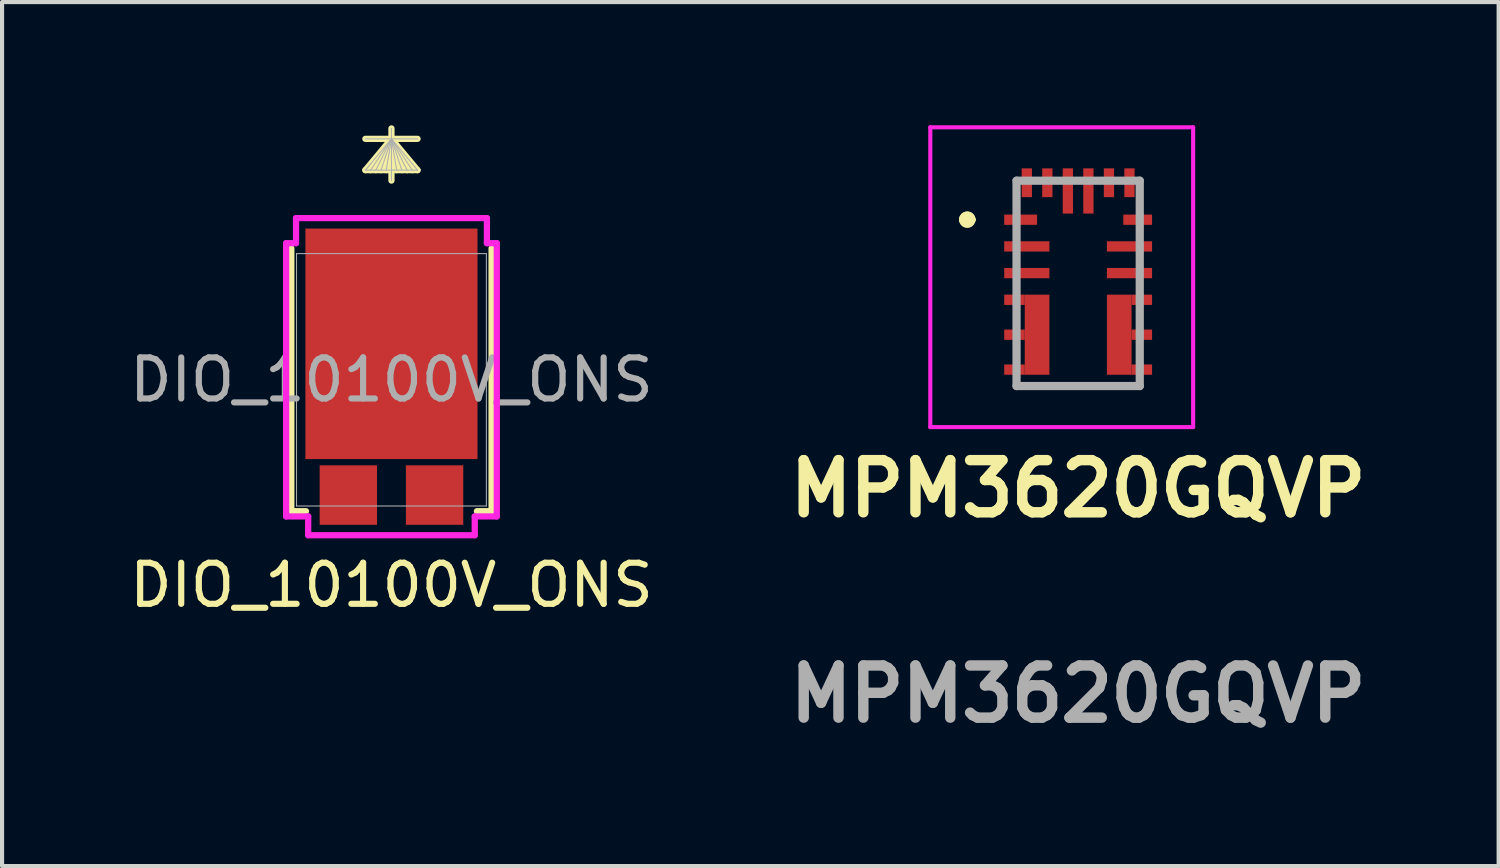
<source format=kicad_pcb>
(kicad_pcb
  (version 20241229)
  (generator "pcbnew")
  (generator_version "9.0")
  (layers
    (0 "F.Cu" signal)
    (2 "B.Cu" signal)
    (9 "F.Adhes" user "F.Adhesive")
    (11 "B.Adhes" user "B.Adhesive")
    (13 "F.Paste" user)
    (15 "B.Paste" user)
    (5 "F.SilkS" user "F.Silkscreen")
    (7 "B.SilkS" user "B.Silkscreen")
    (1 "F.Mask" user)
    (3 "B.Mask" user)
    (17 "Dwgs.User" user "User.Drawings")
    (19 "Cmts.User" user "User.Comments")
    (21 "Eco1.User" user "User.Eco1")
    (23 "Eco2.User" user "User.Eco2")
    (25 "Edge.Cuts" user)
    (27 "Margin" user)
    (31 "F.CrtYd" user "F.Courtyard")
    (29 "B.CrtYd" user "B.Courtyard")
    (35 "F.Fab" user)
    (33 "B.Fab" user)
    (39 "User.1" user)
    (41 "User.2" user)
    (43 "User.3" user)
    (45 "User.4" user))
  (footprint "MPM3620GQVP"
    (layer "F.Cu")
    (at 23.203 3.85)
    (property "Reference" "MPM3620GQVP" (at 0 5 0) (layer "F.SilkS") (effects (font (size 1.27 1.27) (thickness 0.254))))
    (attr smd)
    (fp_line (start -2.8 -1.55) (end -2.8 -1.55) (stroke (width 0.2) (type solid)) (layer "F.SilkS"))
    (fp_line (start -2.6 -1.55) (end -2.6 -1.55) (stroke (width 0.2) (type solid)) (layer "F.SilkS"))
    (fp_line (start -2.6 -1.55) (end -2.6 -1.55) (stroke (width 0.2) (type solid)) (layer "F.SilkS"))
    (fp_line (start -0.4 2.5) (end 0.4 2.5) (stroke (width 0.1) (type solid)) (layer "F.SilkS"))
    (fp_arc (start -2.8 -1.55) (mid -2.7 -1.65) (end -2.6 -1.55) (stroke (width 0.2) (type solid)) (layer "F.SilkS"))
    (fp_arc (start -2.8 -1.55) (mid -2.7 -1.65) (end -2.6 -1.55) (stroke (width 0.2) (type solid)) (layer "F.SilkS"))
    (fp_arc (start -2.6 -1.55) (mid -2.7 -1.45) (end -2.8 -1.55) (stroke (width 0.2) (type solid)) (layer "F.SilkS"))
    (fp_line (start -3.6 -3.8) (end 2.8 -3.8) (stroke (width 0.1) (type solid)) (layer "F.CrtYd"))
    (fp_line (start -3.6 3.5) (end -3.6 -3.8) (stroke (width 0.1) (type solid)) (layer "F.CrtYd"))
    (fp_line (start 2.8 -3.8) (end 2.8 3.5) (stroke (width 0.1) (type solid)) (layer "F.CrtYd"))
    (fp_line (start 2.8 3.5) (end -3.6 3.5) (stroke (width 0.1) (type solid)) (layer "F.CrtYd"))
    (fp_line (start -1.5 -2.5) (end -1.5 2.5) (stroke (width 0.2) (type solid)) (layer "F.Fab"))
    (fp_line (start -1.5 2.5) (end 1.5 2.5) (stroke (width 0.2) (type solid)) (layer "F.Fab"))
    (fp_line (start 1.5 -2.5) (end -1.5 -2.5) (stroke (width 0.2) (type solid)) (layer "F.Fab"))
    (fp_line (start 1.5 2.5) (end 1.5 -2.5) (stroke (width 0.2) (type solid)) (layer "F.Fab"))
    (fp_text user "${REFERENCE}" (at 0 10 0) (layer "F.Fab") (effects (font (size 1.27 1.27) (thickness 0.254))))
    (pad "1" smd rect (at -1.4 -1.55 90) (size 0.25 0.8) (layers "F.Cu" "F.Mask" "F.Paste"))
    (pad "2" smd rect (at -1.25 -0.9 90) (size 0.25 1.1) (layers "F.Cu" "F.Mask" "F.Paste"))
    (pad "3" smd rect (at -1.25 -0.25 90) (size 0.25 1.1) (layers "F.Cu" "F.Mask" "F.Paste"))
    (pad "4" smd rect (at -1.55 0.4 90) (size 0.25 0.5) (layers "F.Cu" "F.Mask" "F.Paste"))
    (pad "5" smd rect (at -1.55 1.25 90) (size 0.25 0.5) (layers "F.Cu" "F.Mask" "F.Paste"))
    (pad "6" smd rect (at -1.55 2.1 90) (size 0.25 0.5) (layers "F.Cu" "F.Mask" "F.Paste"))
    (pad "7" smd rect (at 1.55 2.1 90) (size 0.25 0.5) (layers "F.Cu" "F.Mask" "F.Paste"))
    (pad "8" smd rect (at 1.55 1.25 90) (size 0.25 0.5) (layers "F.Cu" "F.Mask" "F.Paste"))
    (pad "9" smd rect (at 1.55 0.4 90) (size 0.25 0.5) (layers "F.Cu" "F.Mask" "F.Paste"))
    (pad "10" smd rect (at 1.25 -0.25 90) (size 0.25 1.1) (layers "F.Cu" "F.Mask" "F.Paste"))
    (pad "11" smd rect (at 1.25 -0.9 90) (size 0.25 1.1) (layers "F.Cu" "F.Mask" "F.Paste"))
    (pad "12" smd rect (at 1.45 -1.55 90) (size 0.25 0.7) (layers "F.Cu" "F.Mask" "F.Paste"))
    (pad "13" smd rect (at 1.25 -2.45) (size 0.25 0.7) (layers "F.Cu" "F.Mask" "F.Paste"))
    (pad "14" smd rect (at 0.75 -2.45) (size 0.25 0.7) (layers "F.Cu" "F.Mask" "F.Paste"))
    (pad "15" smd rect (at 0.25 -2.25) (size 0.25 1.1) (layers "F.Cu" "F.Mask" "F.Paste"))
    (pad "16" smd rect (at -0.25 -2.25) (size 0.25 1.1) (layers "F.Cu" "F.Mask" "F.Paste"))
    (pad "17" smd rect (at -0.75 -2.45) (size 0.25 0.7) (layers "F.Cu" "F.Mask" "F.Paste"))
    (pad "18" smd rect (at -1.25 -2.45) (size 0.25 0.7) (layers "F.Cu" "F.Mask" "F.Paste"))
    (pad "A4" smd rect (at -1 1.25) (size 0.6 1.95) (layers "F.Cu" "F.Mask" "F.Paste"))
    (pad "A7" smd rect (at 1 1.25) (size 0.6 1.95) (layers "F.Cu" "F.Mask" "F.Paste")))
  (footprint "DIO_10100V_ONS"
    (layer "F.Cu")
    (at 6.482 6.198)
    (property "Reference" "DIO_10100V_ONS" (at 0 5 0) (unlocked yes) (layer "F.SilkS") (effects (font (size 1 1) (thickness 0.15))))
    (attr smd)
    (fp_line (start -2.438 -3.2) (end -2.438 3.2) (stroke (width 0.152) (type solid)) (layer "F.SilkS"))
    (fp_line (start -2.438 3.2) (end -2.081 3.2) (stroke (width 0.152) (type solid)) (layer "F.SilkS"))
    (fp_line (start 0 -5.867) (end -0.635 -5.105) (stroke (width 0.152) (type solid)) (layer "F.SilkS"))
    (fp_line (start 0 -5.867) (end -0.508 -5.105) (stroke (width 0.152) (type solid)) (layer "F.SilkS"))
    (fp_line (start 0 -5.867) (end -0.381 -5.105) (stroke (width 0.152) (type solid)) (layer "F.SilkS"))
    (fp_line (start 0 -5.867) (end -0.254 -5.105) (stroke (width 0.152) (type solid)) (layer "F.SilkS"))
    (fp_line (start 0 -5.867) (end -0.127 -5.105) (stroke (width 0.152) (type solid)) (layer "F.SilkS"))
    (fp_line (start 0 -5.867) (end 0.127 -5.105) (stroke (width 0.152) (type solid)) (layer "F.SilkS"))
    (fp_line (start 0 -5.867) (end 0.254 -5.105) (stroke (width 0.152) (type solid)) (layer "F.SilkS"))
    (fp_line (start 0 -5.867) (end 0.381 -5.105) (stroke (width 0.152) (type solid)) (layer "F.SilkS"))
    (fp_line (start 0 -5.867) (end 0.508 -5.105) (stroke (width 0.152) (type solid)) (layer "F.SilkS"))
    (fp_line (start 0 -5.867) (end 0.635 -5.105) (stroke (width 0.152) (type solid)) (layer "F.SilkS"))
    (fp_line (start 0 -4.851) (end 0 -6.121) (stroke (width 0.152) (type solid)) (layer "F.SilkS"))
    (fp_line (start 0.635 -5.867) (end -0.635 -5.867) (stroke (width 0.152) (type solid)) (layer "F.SilkS"))
    (fp_line (start 0.635 -5.105) (end -0.635 -5.105) (stroke (width 0.152) (type solid)) (layer "F.SilkS"))
    (fp_line (start 2.081 3.2) (end 2.438 3.2) (stroke (width 0.152) (type solid)) (layer "F.SilkS"))
    (fp_line (start 2.438 3.2) (end 2.438 -3.2) (stroke (width 0.152) (type solid)) (layer "F.SilkS"))
    (fp_line (start -2.565 -3.327) (end -2.324 -3.327) (stroke (width 0.152) (type solid)) (layer "F.CrtYd"))
    (fp_line (start -2.565 3.327) (end -2.565 -3.327) (stroke (width 0.152) (type solid)) (layer "F.CrtYd"))
    (fp_line (start -2.324 -3.937) (end -2.324 -3.327) (stroke (width 0.152) (type solid)) (layer "F.CrtYd"))
    (fp_line (start -2.324 -3.937) (end 2.324 -3.937) (stroke (width 0.152) (type solid)) (layer "F.CrtYd"))
    (fp_line (start -2.028 3.327) (end -2.565 3.327) (stroke (width 0.152) (type solid)) (layer "F.CrtYd"))
    (fp_line (start -2.028 3.327) (end -2.028 3.785) (stroke (width 0.152) (type solid)) (layer "F.CrtYd"))
    (fp_line (start -2.028 3.785) (end 2.028 3.785) (stroke (width 0.152) (type solid)) (layer "F.CrtYd"))
    (fp_line (start 2.028 3.327) (end 2.028 3.785) (stroke (width 0.152) (type solid)) (layer "F.CrtYd"))
    (fp_line (start 2.324 -3.937) (end 2.324 -3.327) (stroke (width 0.152) (type solid)) (layer "F.CrtYd"))
    (fp_line (start 2.565 -3.327) (end 2.324 -3.327) (stroke (width 0.152) (type solid)) (layer "F.CrtYd"))
    (fp_line (start 2.565 -3.327) (end 2.565 3.327) (stroke (width 0.152) (type solid)) (layer "F.CrtYd"))
    (fp_line (start 2.565 3.327) (end 2.028 3.327) (stroke (width 0.152) (type solid)) (layer "F.CrtYd"))
    (fp_line (start -2.311 -3.073) (end -2.311 3.073) (stroke (width 0.025) (type solid)) (layer "F.Fab"))
    (fp_line (start -2.311 3.073) (end 2.311 3.073) (stroke (width 0.025) (type solid)) (layer "F.Fab"))
    (fp_line (start 0 -5.867) (end -0.635 -5.105) (stroke (width 0.025) (type solid)) (layer "F.Fab"))
    (fp_line (start 0 -5.867) (end -0.508 -5.105) (stroke (width 0.025) (type solid)) (layer "F.Fab"))
    (fp_line (start 0 -5.867) (end -0.381 -5.105) (stroke (width 0.025) (type solid)) (layer "F.Fab"))
    (fp_line (start 0 -5.867) (end -0.254 -5.105) (stroke (width 0.025) (type solid)) (layer "F.Fab"))
    (fp_line (start 0 -5.867) (end -0.127 -5.105) (stroke (width 0.025) (type solid)) (layer "F.Fab"))
    (fp_line (start 0 -5.867) (end 0.127 -5.105) (stroke (width 0.025) (type solid)) (layer "F.Fab"))
    (fp_line (start 0 -5.867) (end 0.254 -5.105) (stroke (width 0.025) (type solid)) (layer "F.Fab"))
    (fp_line (start 0 -5.867) (end 0.381 -5.105) (stroke (width 0.025) (type solid)) (layer "F.Fab"))
    (fp_line (start 0 -5.867) (end 0.508 -5.105) (stroke (width 0.025) (type solid)) (layer "F.Fab"))
    (fp_line (start 0 -5.867) (end 0.635 -5.105) (stroke (width 0.025) (type solid)) (layer "F.Fab"))
    (fp_line (start 0 -4.851) (end 0 -6.121) (stroke (width 0.025) (type solid)) (layer "F.Fab"))
    (fp_line (start 0.635 -5.867) (end -0.635 -5.867) (stroke (width 0.025) (type solid)) (layer "F.Fab"))
    (fp_line (start 0.635 -5.105) (end -0.635 -5.105) (stroke (width 0.025) (type solid)) (layer "F.Fab"))
    (fp_line (start 2.311 -3.073) (end -2.311 -3.073) (stroke (width 0.025) (type solid)) (layer "F.Fab"))
    (fp_line (start 2.311 3.073) (end 2.311 -3.073) (stroke (width 0.025) (type solid)) (layer "F.Fab"))
    (fp_text user "${REFERENCE}" (at 0 0 0) (unlocked yes) (layer "F.Fab") (effects (font (size 1 1) (thickness 0.15))))
    (pad "1" smd rect (at 1.05 2.807 90) (size 1.448 1.397) (layers "F.Cu" "F.Mask" "F.Paste"))
    (pad "2" smd rect (at -1.05 2.807 90) (size 1.448 1.397) (layers "F.Cu" "F.Mask" "F.Paste"))
    (pad "3" smd rect (at 0 -0.876 90) (size 5.613 4.191) (layers "F.Cu" "F.Mask" "F.Paste")))
  (gr_rect
    (start -3 -3)
    (end 33.442 18.039)
    (stroke (width 0.1) (type default))
    (fill no)
    (layer "Edge.Cuts")))
</source>
